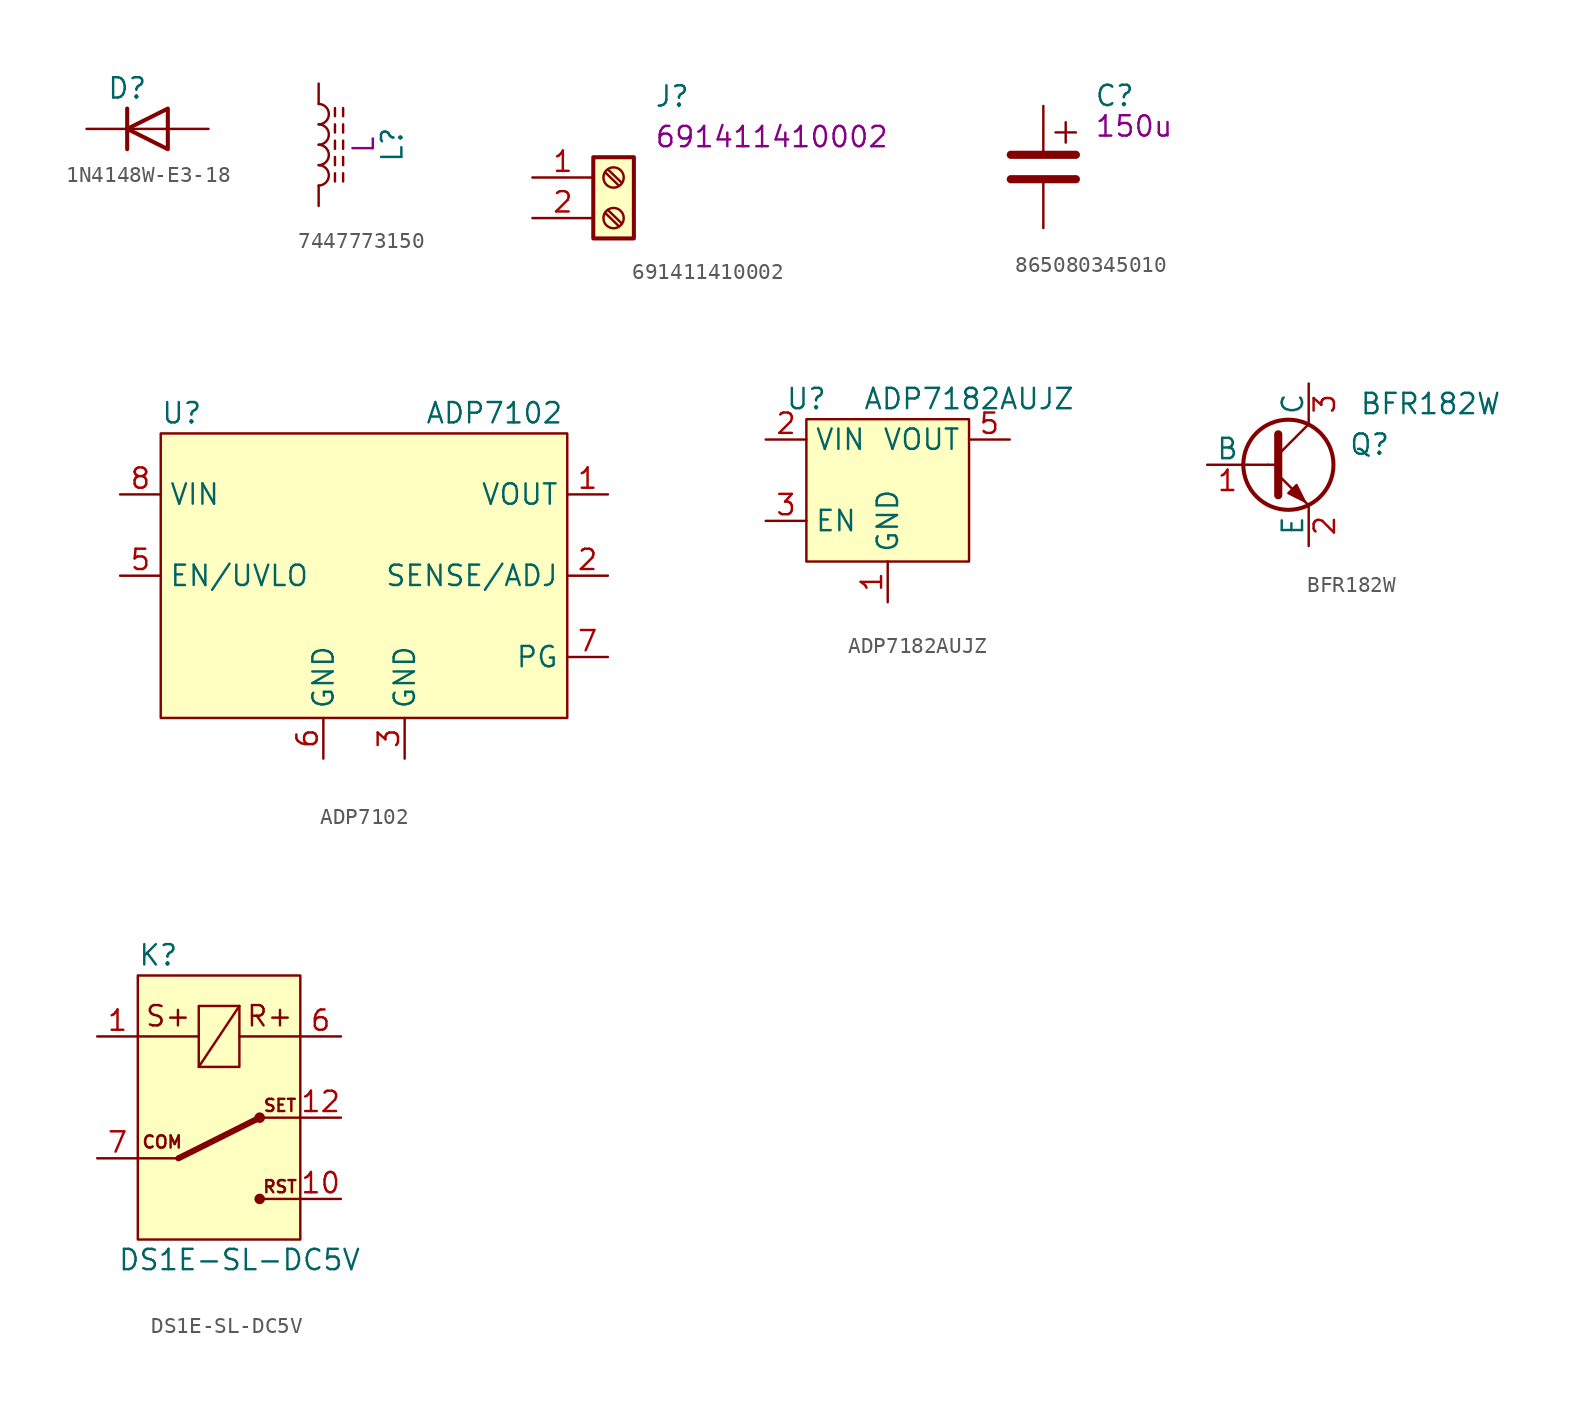
<source format=kicad_sym>
(kicad_symbol_lib
  (version 20211014)
  (generator kicad_symbol_editor)
  (symbol "1N4148W-E3-18"
    (pin_numbers hide)
    (pin_names hide)
    (property "Reference" "D"
      (at -1.27 2.54 0)
      (effects (font (size 1.27 1.27))))
    (symbol "1N4148W-E3-18_0_1"
      (polyline (pts (xy -1.27 1.27) (xy -1.27 -1.27)) (stroke (width 0.254) (type default) (color 0 0 0 0)) (fill (type none)))
      (polyline (pts (xy 1.27 0) (xy -1.27 0)) (stroke (width 0) (type default) (color 0 0 0 0)) (fill (type none)))
      (polyline (pts (xy 1.27 1.27) (xy 1.27 -1.27) (xy -1.27 0) (xy 1.27 1.27)) (stroke (width 0.254) (type default) (color 0 0 0 0)) (fill (type none))))
    (symbol "1N4148W-E3-18_1_1"
      (pin passive line (at -3.81 0 0) (length 2.54) (name "K" (effects (font (size 1.27 1.27)))) (number "1" (effects (font (size 1.27 1.27)))))
      (pin passive line (at 3.81 0 180) (length 2.54) (name "A" (effects (font (size 1.27 1.27)))) (number "2" (effects (font (size 1.27 1.27)))))))
  (symbol "7447773150"
    (pin_numbers hide)
    (pin_names hide)
    (property "Reference" "L"
      (at 4.572 0 90)
      (effects (font (size 1.27 1.27))))
    (property "Comp_Value" "L"
      (at 2.794 0 90)
      (effects (font (size 1.27 1.27))))
    (symbol "7447773150_0_1"
      (arc (start 0 -2.54) (mid 0.635 -1.905) (end 0 -1.27) (stroke (width 0) (type default) (color 0 0 0 0)) (fill (type none)))
      (arc (start 0 -1.27) (mid 0.635 -0.635) (end 0 0) (stroke (width 0) (type default) (color 0 0 0 0)) (fill (type none)))
      (polyline (pts (xy 1.016 -1.778) (xy 1.016 -2.286)) (stroke (width 0) (type default) (color 0 0 0 0)) (fill (type none)))
      (polyline (pts (xy 1.016 -0.762) (xy 1.016 -1.27)) (stroke (width 0) (type default) (color 0 0 0 0)) (fill (type none)))
      (polyline (pts (xy 1.016 0.254) (xy 1.016 -0.254)) (stroke (width 0) (type default) (color 0 0 0 0)) (fill (type none)))
      (polyline (pts (xy 1.016 1.27) (xy 1.016 0.762)) (stroke (width 0) (type default) (color 0 0 0 0)) (fill (type none)))
      (polyline (pts (xy 1.016 2.286) (xy 1.016 1.778)) (stroke (width 0) (type default) (color 0 0 0 0)) (fill (type none)))
      (polyline (pts (xy 1.524 -1.778) (xy 1.524 -2.286)) (stroke (width 0) (type default) (color 0 0 0 0)) (fill (type none)))
      (polyline (pts (xy 1.524 -0.762) (xy 1.524 -1.27)) (stroke (width 0) (type default) (color 0 0 0 0)) (fill (type none)))
      (polyline (pts (xy 1.524 0.254) (xy 1.524 -0.254)) (stroke (width 0) (type default) (color 0 0 0 0)) (fill (type none)))
      (polyline (pts (xy 1.524 1.27) (xy 1.524 0.762)) (stroke (width 0) (type default) (color 0 0 0 0)) (fill (type none)))
      (polyline (pts (xy 1.524 2.286) (xy 1.524 1.778)) (stroke (width 0) (type default) (color 0 0 0 0)) (fill (type none)))
      (arc (start 0 0) (mid 0.635 0.635) (end 0 1.27) (stroke (width 0) (type default) (color 0 0 0 0)) (fill (type none)))
      (arc (start 0 1.27) (mid 0.635 1.905) (end 0 2.54) (stroke (width 0) (type default) (color 0 0 0 0)) (fill (type none))))
    (symbol "7447773150_1_1"
      (pin passive line (at 0 3.81 270) (length 1.27) (name "1" (effects (font (size 1.27 1.27)))) (number "1" (effects (font (size 1.27 1.27)))))
      (pin passive line (at 0 -3.81 90) (length 1.27) (name "2" (effects (font (size 1.27 1.27)))) (number "2" (effects (font (size 1.27 1.27)))))))
  (symbol "691411410002"
    (pin_names hide)
    (property "Reference" "J"
      (at 2.54 6.35 0)
      (effects (font (size 1.27 1.27)) (justify left)))
    (property "Part_Number" "691411410002"
      (at 2.54 3.81 0)
      (effects (font (size 1.27 1.27)) (justify left)))
    (symbol "691411410002_1_1"
      (rectangle (start -1.27 2.54) (end 1.27 -2.54) (stroke (width 0.254) (type default) (color 0 0 0 0)) (fill (type background)))
      (circle (center 0 -1.27) (radius 0.635) (stroke (width 0.152) (type default) (color 0 0 0 0)) (fill (type none)))
      (polyline (pts (xy -0.533 -0.94) (xy 0.33 -1.778)) (stroke (width 0.152) (type default) (color 0 0 0 0)) (fill (type none)))
      (polyline (pts (xy -0.533 1.6) (xy 0.33 0.762)) (stroke (width 0.152) (type default) (color 0 0 0 0)) (fill (type none)))
      (polyline (pts (xy -0.356 -0.762) (xy 0.508 -1.6)) (stroke (width 0.152) (type default) (color 0 0 0 0)) (fill (type none)))
      (polyline (pts (xy -0.356 1.778) (xy 0.508 0.94)) (stroke (width 0.152) (type default) (color 0 0 0 0)) (fill (type none)))
      (circle (center 0 1.27) (radius 0.635) (stroke (width 0.152) (type default) (color 0 0 0 0)) (fill (type none)))
      (pin passive line (at -5.08 1.27 0) (length 3.81) (name "Pin_1" (effects (font (size 1.27 1.27)))) (number "1" (effects (font (size 1.27 1.27)))))
      (pin passive line (at -5.08 -1.27 0) (length 3.81) (name "Pin_2" (effects (font (size 1.27 1.27)))) (number "2" (effects (font (size 1.27 1.27)))))))
  (symbol "865080345010"
    (pin_numbers hide)
    (pin_names hide)
    (property "Reference" "C"
      (at 3.175 4.445 0)
      (effects (font (size 1.27 1.27)) (justify left)))
    (property "Comp_Value" "150u"
      (at 3.175 2.54 0)
      (effects (font (size 1.27 1.27)) (justify left)))
    (symbol "865080345010_0_1"
      (polyline (pts (xy -2.032 -0.762) (xy 2.032 -0.762)) (stroke (width 0.508) (type default) (color 0 0 0 0)) (fill (type none)))
      (polyline (pts (xy -2.032 0.762) (xy 2.032 0.762)) (stroke (width 0.508) (type default) (color 0 0 0 0)) (fill (type none)))
      (polyline (pts (xy 1.397 2.794) (xy 1.397 1.524)) (stroke (width 0) (type default) (color 0 0 0 0)) (fill (type none)))
      (polyline (pts (xy 2.032 2.159) (xy 0.762 2.159)) (stroke (width 0) (type default) (color 0 0 0 0)) (fill (type none))))
    (symbol "865080345010_1_1"
      (pin passive line (at 0 3.81 270) (length 2.794) (name "~" (effects (font (size 1.27 1.27)))) (number "1" (effects (font (size 1.27 1.27)))))
      (pin passive line (at 0 -3.81 90) (length 2.794) (name "~" (effects (font (size 1.27 1.27)))) (number "2" (effects (font (size 1.27 1.27)))))))
  (symbol "ADP7102"
    (property "Reference" "U"
      (at -12.7 10.16 0)
      (effects (font (size 1.27 1.27)) (justify left)))
    (property "Value" "ADP7102"
      (at 3.81 10.16 0)
      (effects (font (size 1.27 1.27)) (justify left)))
    (symbol "ADP7102_0_1"
      (rectangle (start -12.7 8.89) (end 12.7 -8.89) (stroke (width 0) (type default) (color 0 0 0 0)) (fill (type background))))
    (symbol "ADP7102_1_1"
      (pin power_out line (at 15.24 5.08 180) (length 2.54) (name "VOUT" (effects (font (size 1.27 1.27)))) (number "1" (effects (font (size 1.27 1.27)))))
      (pin passive line (at 15.24 0 180) (length 2.54) (name "SENSE/ADJ" (effects (font (size 1.27 1.27)))) (number "2" (effects (font (size 1.27 1.27)))))
      (pin passive line (at 2.54 -11.43 90) (length 2.54) (name "GND" (effects (font (size 1.27 1.27)))) (number "3" (effects (font (size 1.27 1.27)))))
      (pin no_connect line (at 0 8.89 270) (length 0) hide (name "NC" (effects (font (size 1.27 1.27)))) (number "4" (effects (font (size 1.27 1.27)))))
      (pin passive line (at -15.24 0 0) (length 2.54) (name "EN/UVLO" (effects (font (size 1.27 1.27)))) (number "5" (effects (font (size 1.27 1.27)))))
      (pin power_out line (at -2.54 -11.43 90) (length 2.54) (name "GND" (effects (font (size 1.27 1.27)))) (number "6" (effects (font (size 1.27 1.27)))))
      (pin passive line (at 15.24 -5.08 180) (length 2.54) (name "PG" (effects (font (size 1.27 1.27)))) (number "7" (effects (font (size 1.27 1.27)))))
      (pin passive line (at -15.24 5.08 0) (length 2.54) (name "VIN" (effects (font (size 1.27 1.27)))) (number "8" (effects (font (size 1.27 1.27)))))))
  (symbol "ADP7182AUJZ"
    (property "Reference" "U"
      (at -5.08 5.08 0)
      (effects (font (size 1.27 1.27))))
    (property "Value" "ADP7182AUJZ"
      (at 5.08 5.08 0)
      (effects (font (size 1.27 1.27))))
    (symbol "ADP7182AUJZ_0_1"
      (rectangle (start -5.08 3.81) (end 5.08 -5.08) (stroke (width 0) (type default) (color 0 0 0 0)) (fill (type background))))
    (symbol "ADP7182AUJZ_1_1"
      (pin passive line (at 0 -7.62 90) (length 2.54) (name "GND" (effects (font (size 1.27 1.27)))) (number "1" (effects (font (size 1.27 1.27)))))
      (pin input line (at -7.62 2.54 0) (length 2.54) (name "VIN" (effects (font (size 1.27 1.27)))) (number "2" (effects (font (size 1.27 1.27)))))
      (pin passive line (at -7.62 -2.54 0) (length 2.54) (name "EN" (effects (font (size 1.27 1.27)))) (number "3" (effects (font (size 1.27 1.27)))))
      (pin no_connect line (at 5.08 -2.54 180) (length 0) hide (name "NC" (effects (font (size 1.27 1.27)))) (number "4" (effects (font (size 1.27 1.27)))))
      (pin power_out line (at 7.62 2.54 180) (length 2.54) (name "VOUT" (effects (font (size 1.27 1.27)))) (number "5" (effects (font (size 1.27 1.27)))))))
  (symbol "BFR182W"
    (pin_names
      (offset 0))
    (property "Reference" "Q"
      (at 5.08 1.27 0)
      (effects (font (size 1.27 1.27))))
    (property "Value" "BFR182W"
      (at 8.89 3.81 0)
      (effects (font (size 1.27 1.27))))
    (symbol "BFR182W_0_1"
      (polyline (pts (xy -2.54 0) (xy -1.27 0)) (stroke (width 0) (type default) (color 0 0 0 0)) (fill (type none)))
      (polyline (pts (xy -1.27 0) (xy -0.635 0)) (stroke (width 0) (type default) (color 0 0 0 0)) (fill (type none)))
      (polyline (pts (xy -0.635 0.635) (xy 1.27 2.54)) (stroke (width 0) (type default) (color 0 0 0 0)) (fill (type none)))
      (polyline (pts (xy 1.27 -2.54) (xy -0.635 -0.635)) (stroke (width 0) (type default) (color 0 0 0 0)) (fill (type none)))
      (polyline (pts (xy -0.635 1.905) (xy -0.635 0) (xy -0.635 -1.905) (xy -0.635 -1.905)) (stroke (width 0.508) (type default) (color 0 0 0 0)) (fill (type none)))
      (polyline (pts (xy 1.016 -2.286) (xy 0.508 -1.27) (xy 0 -1.778) (xy 1.016 -2.286) (xy 1.016 -2.286)) (stroke (width 0) (type default) (color 0 0 0 0)) (fill (type outline)))
      (circle (center 0 0) (radius 2.819) (stroke (width 0.254) (type default) (color 0 0 0 0)) (fill (type none))))
    (symbol "BFR182W_1_1"
      (pin input line (at -5.08 0 0) (length 2.54) (name "B" (effects (font (size 1.27 1.27)))) (number "1" (effects (font (size 1.27 1.27)))))
      (pin passive line (at 1.27 -5.08 90) (length 2.54) (name "E" (effects (font (size 1.27 1.27)))) (number "2" (effects (font (size 1.27 1.27)))))
      (pin passive line (at 1.27 5.08 270) (length 2.54) (name "C" (effects (font (size 1.27 1.27)))) (number "3" (effects (font (size 1.27 1.27)))))))
  (symbol "DS1E-SL-DC5V"
    (property "Reference" "K"
      (at -5.08 8.89 0)
      (effects (font (size 1.27 1.27)) (justify left)))
    (property "Value" "DS1E-SL-DC5V"
      (at -6.35 -10.16 0)
      (effects (font (size 1.27 1.27)) (justify left)))
    (symbol "DS1E-SL-DC5V_0_0"
      (polyline (pts (xy -2.54 -3.81) (xy 2.54 -1.27)) (stroke (width 0.381) (type default) (color 0 0 0 0)) (fill (type none)))
      (polyline (pts (xy 2.54 -1.27) (xy 5.08 -1.27)) (stroke (width 0) (type default) (color 0 0 0 0)) (fill (type none)))
      (polyline (pts (xy 5.08 -6.35) (xy 2.54 -6.35)) (stroke (width 0) (type default) (color 0 0 0 0)) (fill (type none)))
      (polyline (pts (xy -5.08 -3.81) (xy -2.54 -3.81) (xy -2.54 -3.81)) (stroke (width 0) (type default) (color 0 0 0 0)) (fill (type none)))
      (circle (center 2.54 -6.35) (radius 0.254) (stroke (width 0) (type default) (color 0 0 0 0)) (fill (type outline)))
      (circle (center 2.54 -1.27) (radius 0.254) (stroke (width 0) (type default) (color 0 0 0 0)) (fill (type outline)))
      (text "COM" (at -3.556 -2.794 0) (effects (font (size 0.762 0.762))))
      (text "R+" (at 3.175 5.08 0) (effects (font (size 1.27 1.27))))
      (text "RST" (at 3.81 -5.588 0) (effects (font (size 0.762 0.762))))
      (text "S+" (at -3.175 5.08 0) (effects (font (size 1.27 1.27))))
      (text "SET" (at 3.81 -0.508 0) (effects (font (size 0.762 0.762)))))
    (symbol "DS1E-SL-DC5V_0_1"
      (rectangle (start -5.08 7.62) (end 5.08 -8.89) (stroke (width 0) (type default) (color 0 0 0 0)) (fill (type background)))
      (rectangle (start -1.27 5.715) (end 1.27 1.905) (stroke (width 0) (type default) (color 0 0 0 0)) (fill (type none)))
      (polyline (pts (xy -5.08 3.81) (xy -1.27 3.81)) (stroke (width 0) (type default) (color 0 0 0 0)) (fill (type none)))
      (polyline (pts (xy 1.27 3.81) (xy 5.08 3.81)) (stroke (width 0) (type default) (color 0 0 0 0)) (fill (type none)))
      (polyline (pts (xy 1.27 5.715) (xy -1.27 1.905)) (stroke (width 0) (type default) (color 0 0 0 0)) (fill (type none))))
    (symbol "DS1E-SL-DC5V_1_1"
      (pin passive line (at -7.62 3.81 0) (length 2.54) (name "" (effects (font (size 1.27 1.27)))) (number "1" (effects (font (size 1.27 1.27)))))
      (pin passive line (at 7.62 -6.35 180) (length 2.54) (name "" (effects (font (size 1.27 1.27)))) (number "10" (effects (font (size 1.27 1.27)))))
      (pin passive line (at 7.62 -1.27 180) (length 2.54) (name "" (effects (font (size 1.27 1.27)))) (number "12" (effects (font (size 1.27 1.27)))))
      (pin passive line (at 7.62 3.81 180) (length 2.54) (name "" (effects (font (size 1.27 1.27)))) (number "6" (effects (font (size 1.27 1.27)))))
      (pin passive line (at -7.62 -3.81 0) (length 2.54) (name "" (effects (font (size 1.27 1.27)))) (number "7" (effects (font (size 1.27 1.27))))))))
</source>
